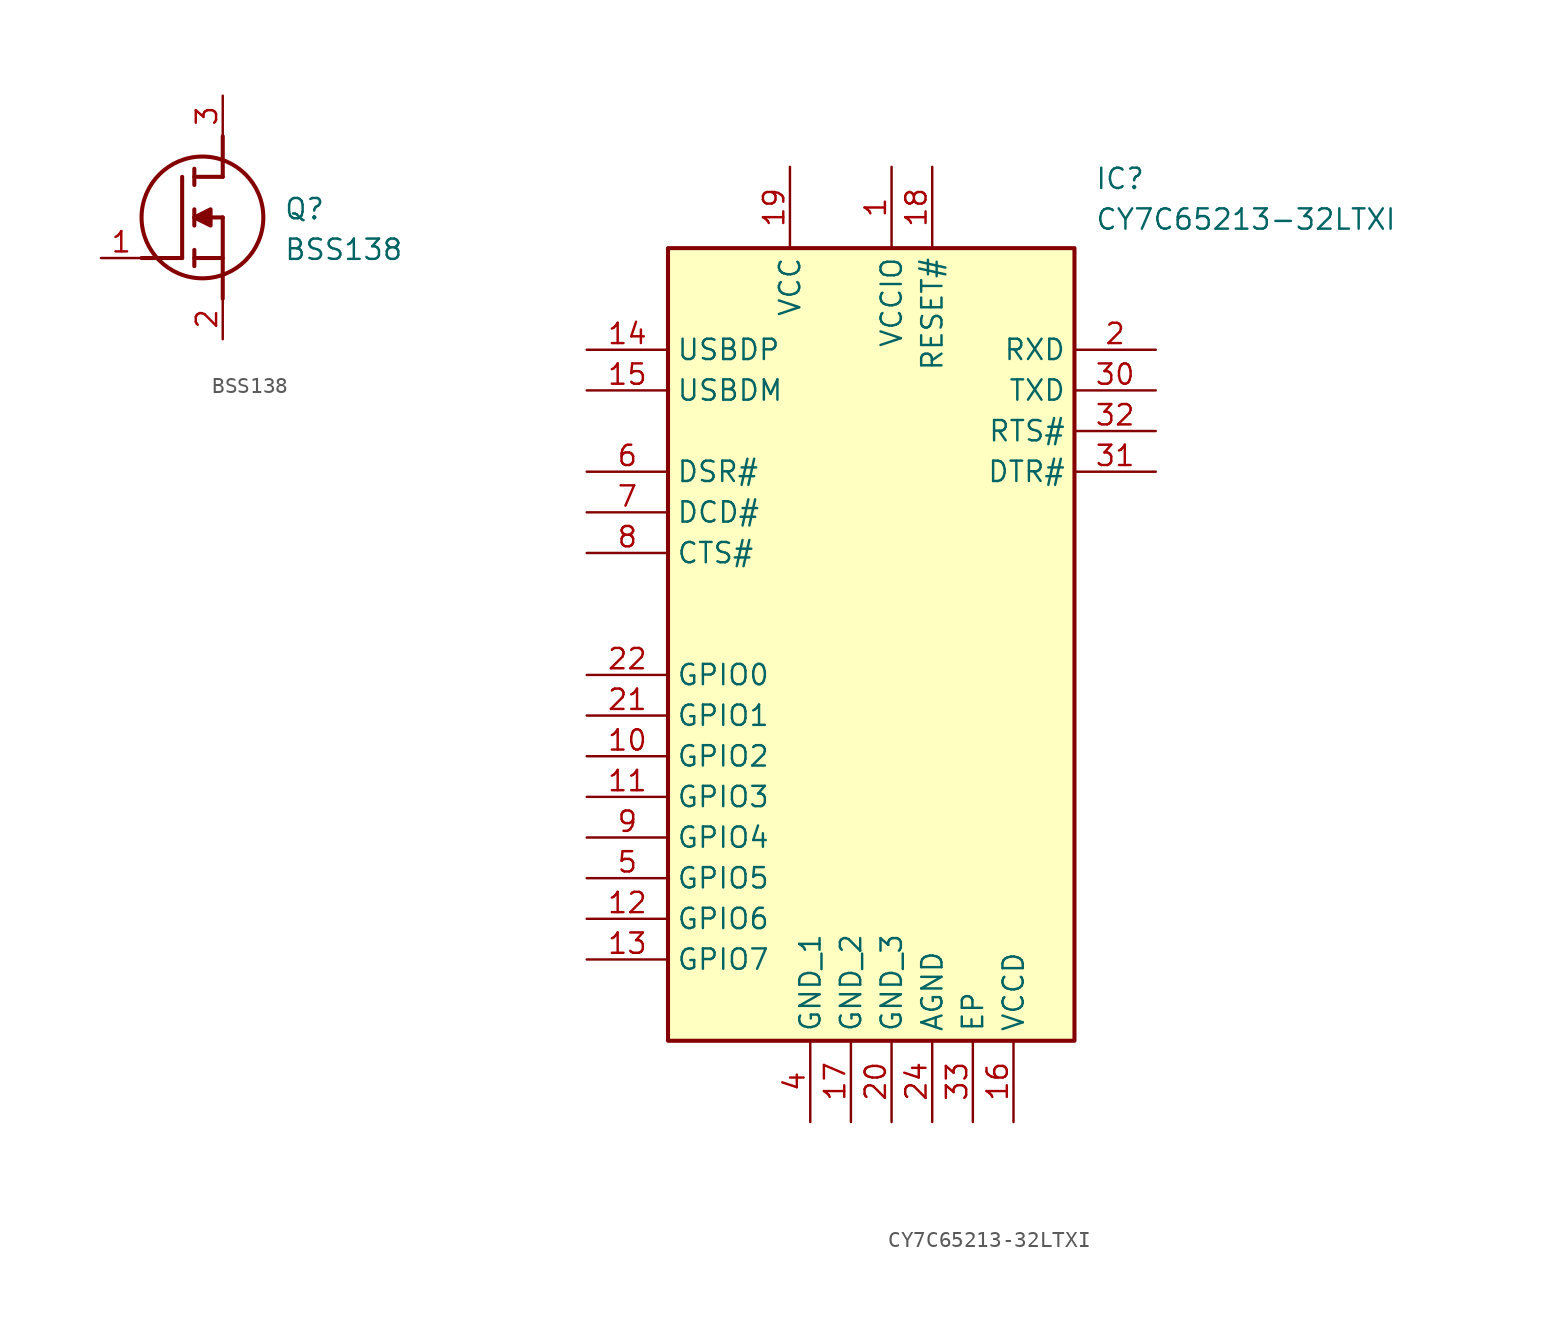
<source format=kicad_sym>
(kicad_symbol_lib
  (version 20241209)
  (generator "kicad_symbol_editor")
  (generator_version "9.0")
  (symbol "BSS138"
    (pin_names
      (hide yes))
    (property "Reference" "Q"
      (at 11.43 3.81 0)
      (effects (font (size 1.27 1.27)) (justify left top)))
    (property "Value" "BSS138"
      (at 11.43 1.27 0)
      (effects (font (size 1.27 1.27)) (justify left top)))
    (symbol "BSS138_1_1"
      (polyline (pts (xy 2.54 0) (xy 5.08 0)) (stroke (width 0.254) (type default)) (fill (type none)))
      (polyline (pts (xy 5.08 5.08) (xy 5.08 0)) (stroke (width 0.254) (type default)) (fill (type none)))
      (polyline (pts (xy 5.842 5.588) (xy 5.842 4.572)) (stroke (width 0.254) (type default)) (fill (type none)))
      (polyline (pts (xy 5.842 2.54) (xy 6.858 3.048) (xy 6.858 2.032) (xy 5.842 2.54)) (stroke (width 0.254) (type default)) (fill (type outline)))
      (polyline (pts (xy 5.842 2.032) (xy 5.842 3.048)) (stroke (width 0.254) (type default)) (fill (type none)))
      (polyline (pts (xy 5.842 0) (xy 7.62 0)) (stroke (width 0.254) (type default)) (fill (type none)))
      (polyline (pts (xy 5.842 -0.508) (xy 5.842 0.508)) (stroke (width 0.254) (type default)) (fill (type none)))
      (circle (center 6.35 2.54) (radius 3.81) (stroke (width 0.254) (type default)) (fill (type none)))
      (polyline (pts (xy 7.62 5.08) (xy 5.842 5.08)) (stroke (width 0.254) (type default)) (fill (type none)))
      (polyline (pts (xy 7.62 5.08) (xy 7.62 7.62)) (stroke (width 0.254) (type default)) (fill (type none)))
      (polyline (pts (xy 7.62 2.54) (xy 5.842 2.54)) (stroke (width 0.254) (type default)) (fill (type none)))
      (polyline (pts (xy 7.62 2.54) (xy 7.62 -2.54)) (stroke (width 0.254) (type default)) (fill (type none)))
      (pin passive line (at 0 0 0) (length 2.54) (name "G" (effects (font (size 1.27 1.27)))) (number "1" (effects (font (size 1.27 1.27)))))
      (pin passive line (at 7.62 10.16 270) (length 2.54) (name "D" (effects (font (size 1.27 1.27)))) (number "3" (effects (font (size 1.27 1.27)))))
      (pin passive line (at 7.62 -5.08 90) (length 2.54) (name "S" (effects (font (size 1.27 1.27)))) (number "2" (effects (font (size 1.27 1.27)))))))
  (symbol "CY7C65213-32LTXI"
    (property "Reference" "IC"
      (at 31.75 17.78 0)
      (effects (font (size 1.27 1.27)) (justify left top)))
    (property "Value" "CY7C65213-32LTXI"
      (at 31.75 15.24 0)
      (effects (font (size 1.27 1.27)) (justify left top)))
    (symbol "CY7C65213-32LTXI_1_1"
      (rectangle (start 5.08 12.7) (end 30.48 -36.83) (stroke (width 0.254) (type default)) (fill (type background)))
      (pin passive line (at 0 6.35 0) (length 5.08) (name "USBDP" (effects (font (size 1.27 1.27)))) (number "14" (effects (font (size 1.27 1.27)))))
      (pin passive line (at 0 3.81 0) (length 5.08) (name "USBDM" (effects (font (size 1.27 1.27)))) (number "15" (effects (font (size 1.27 1.27)))))
      (pin passive line (at 0 -1.27 0) (length 5.08) (name "DSR#" (effects (font (size 1.27 1.27)))) (number "6" (effects (font (size 1.27 1.27)))))
      (pin passive line (at 0 -3.81 0) (length 5.08) (name "DCD#" (effects (font (size 1.27 1.27)))) (number "7" (effects (font (size 1.27 1.27)))))
      (pin passive line (at 0 -6.35 0) (length 5.08) (name "CTS#" (effects (font (size 1.27 1.27)))) (number "8" (effects (font (size 1.27 1.27)))))
      (pin passive line (at 0 -13.97 0) (length 5.08) (name "GPIO0" (effects (font (size 1.27 1.27)))) (number "22" (effects (font (size 1.27 1.27)))))
      (pin passive line (at 0 -16.51 0) (length 5.08) (name "GPIO1" (effects (font (size 1.27 1.27)))) (number "21" (effects (font (size 1.27 1.27)))))
      (pin passive line (at 0 -19.05 0) (length 5.08) (name "GPIO2" (effects (font (size 1.27 1.27)))) (number "10" (effects (font (size 1.27 1.27)))))
      (pin passive line (at 0 -21.59 0) (length 5.08) (name "GPIO3" (effects (font (size 1.27 1.27)))) (number "11" (effects (font (size 1.27 1.27)))))
      (pin passive line (at 0 -24.13 0) (length 5.08) (name "GPIO4" (effects (font (size 1.27 1.27)))) (number "9" (effects (font (size 1.27 1.27)))))
      (pin passive line (at 0 -26.67 0) (length 5.08) (name "GPIO5" (effects (font (size 1.27 1.27)))) (number "5" (effects (font (size 1.27 1.27)))))
      (pin passive line (at 0 -29.21 0) (length 5.08) (name "GPIO6" (effects (font (size 1.27 1.27)))) (number "12" (effects (font (size 1.27 1.27)))))
      (pin passive line (at 0 -31.75 0) (length 5.08) (name "GPIO7" (effects (font (size 1.27 1.27)))) (number "13" (effects (font (size 1.27 1.27)))))
      (pin passive line (at 12.7 17.78 270) (length 5.08) (name "VCC" (effects (font (size 1.27 1.27)))) (number "19" (effects (font (size 1.27 1.27)))))
      (pin passive line (at 13.97 -41.91 90) (length 5.08) (name "GND_1" (effects (font (size 1.27 1.27)))) (number "4" (effects (font (size 1.27 1.27)))))
      (pin passive line (at 16.51 -41.91 90) (length 5.08) (name "GND_2" (effects (font (size 1.27 1.27)))) (number "17" (effects (font (size 1.27 1.27)))))
      (pin passive line (at 19.05 17.78 270) (length 5.08) (name "VCCIO" (effects (font (size 1.27 1.27)))) (number "1" (effects (font (size 1.27 1.27)))))
      (pin passive line (at 19.05 -41.91 90) (length 5.08) (name "GND_3" (effects (font (size 1.27 1.27)))) (number "20" (effects (font (size 1.27 1.27)))))
      (pin passive line (at 21.59 17.78 270) (length 5.08) (name "RESET#" (effects (font (size 1.27 1.27)))) (number "18" (effects (font (size 1.27 1.27)))))
      (pin passive line (at 21.59 -41.91 90) (length 5.08) (name "AGND" (effects (font (size 1.27 1.27)))) (number "24" (effects (font (size 1.27 1.27)))))
      (pin passive line (at 24.13 -41.91 90) (length 5.08) (name "EP" (effects (font (size 1.27 1.27)))) (number "33" (effects (font (size 1.27 1.27)))))
      (pin passive line (at 26.67 -41.91 90) (length 5.08) (name "VCCD" (effects (font (size 1.27 1.27)))) (number "16" (effects (font (size 1.27 1.27)))))
      (pin passive line (at 35.56 6.35 180) (length 5.08) (name "RXD" (effects (font (size 1.27 1.27)))) (number "2" (effects (font (size 1.27 1.27)))))
      (pin passive line (at 35.56 3.81 180) (length 5.08) (name "TXD" (effects (font (size 1.27 1.27)))) (number "30" (effects (font (size 1.27 1.27)))))
      (pin passive line (at 35.56 1.27 180) (length 5.08) (name "RTS#" (effects (font (size 1.27 1.27)))) (number "32" (effects (font (size 1.27 1.27)))))
      (pin passive line (at 35.56 -1.27 180) (length 5.08) (name "DTR#" (effects (font (size 1.27 1.27)))) (number "31" (effects (font (size 1.27 1.27)))))
      (pin passive line (at 35.56 -11.43 180) (length 5.08) (hide yes) (name "RI#" (effects (font (size 1.27 1.27)))) (number "3" (effects (font (size 1.27 1.27)))))
      (pin no_connect line (at 35.56 -13.97 180) (length 5.08) (hide yes) (name "DNU_6" (effects (font (size 1.27 1.27)))) (number "29" (effects (font (size 1.27 1.27)))))
      (pin no_connect line (at 35.56 -16.51 180) (length 5.08) (hide yes) (name "DNU_5" (effects (font (size 1.27 1.27)))) (number "28" (effects (font (size 1.27 1.27)))))
      (pin no_connect line (at 35.56 -19.05 180) (length 5.08) (hide yes) (name "DNU_4" (effects (font (size 1.27 1.27)))) (number "27" (effects (font (size 1.27 1.27)))))
      (pin no_connect line (at 35.56 -21.59 180) (length 5.08) (hide yes) (name "DNU_3" (effects (font (size 1.27 1.27)))) (number "26" (effects (font (size 1.27 1.27)))))
      (pin no_connect line (at 35.56 -24.13 180) (length 5.08) (hide yes) (name "DNU_2" (effects (font (size 1.27 1.27)))) (number "25" (effects (font (size 1.27 1.27)))))
      (pin no_connect line (at 35.56 -26.67 180) (length 5.08) (hide yes) (name "DNU_1" (effects (font (size 1.27 1.27)))) (number "23" (effects (font (size 1.27 1.27))))))))
</source>
